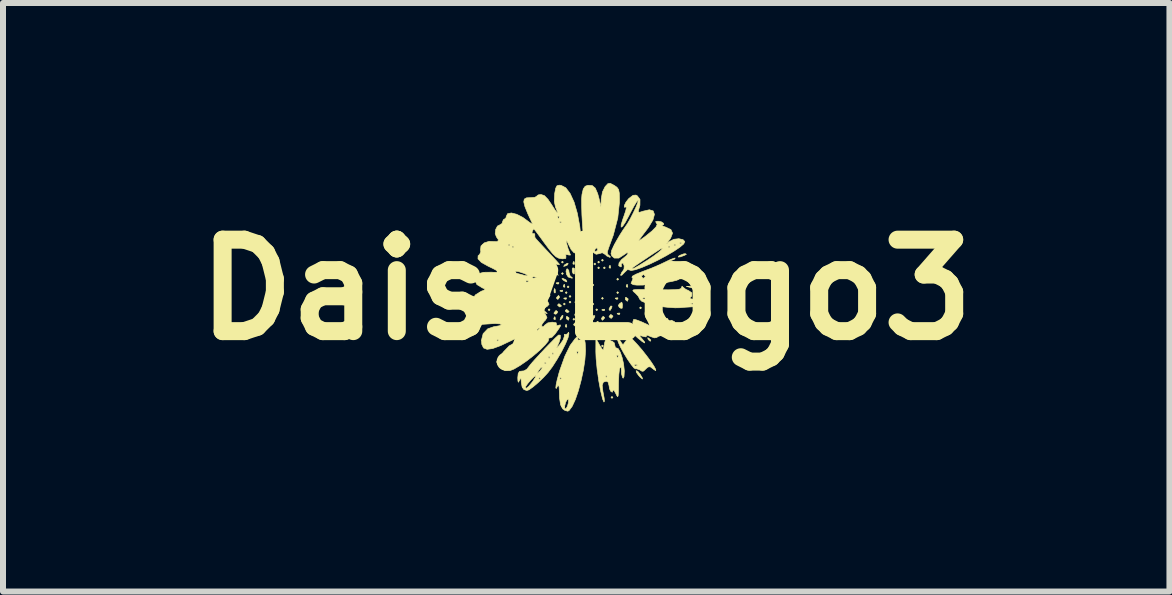
<source format=kicad_pcb>
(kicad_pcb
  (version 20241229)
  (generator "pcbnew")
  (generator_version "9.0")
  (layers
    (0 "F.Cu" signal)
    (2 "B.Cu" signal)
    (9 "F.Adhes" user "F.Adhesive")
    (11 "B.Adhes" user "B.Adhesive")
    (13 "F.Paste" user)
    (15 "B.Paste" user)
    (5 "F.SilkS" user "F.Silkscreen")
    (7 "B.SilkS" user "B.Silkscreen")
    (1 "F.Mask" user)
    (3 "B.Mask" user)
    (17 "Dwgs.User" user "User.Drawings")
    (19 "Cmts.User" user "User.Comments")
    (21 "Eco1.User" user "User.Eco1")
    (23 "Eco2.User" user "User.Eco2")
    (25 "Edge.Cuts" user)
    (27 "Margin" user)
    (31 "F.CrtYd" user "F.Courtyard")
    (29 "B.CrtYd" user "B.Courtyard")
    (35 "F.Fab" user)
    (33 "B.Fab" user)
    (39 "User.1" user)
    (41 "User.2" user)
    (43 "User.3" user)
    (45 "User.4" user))
  (footprint "DaisyLogo3"
    (layer "F.Cu")
    (at 6.72 1.779)
    (property "Reference" "DaisyLogo3" (at 0 0 0) (layer "F.SilkS") (effects (font (size 1.524 1.524) (thickness 0.3))))
    (attr through_hole)
    (fp_poly (pts (xy -0.603 0.333) (xy -0.619 0.349) (xy -0.635 0.333) (xy -0.619 0.318) (xy -0.603 0.333)) (stroke (width 0.01) (type solid)) (fill yes) (layer "F.SilkS"))
    (fp_poly (pts (xy -0.381 -0.46) (xy -0.397 -0.445) (xy -0.413 -0.46) (xy -0.397 -0.476) (xy -0.381 -0.46)) (stroke (width 0.01) (type solid)) (fill yes) (layer "F.SilkS"))
    (fp_poly (pts (xy -0.381 -0.27) (xy -0.397 -0.254) (xy -0.413 -0.27) (xy -0.397 -0.286) (xy -0.381 -0.27)) (stroke (width 0.01) (type solid)) (fill yes) (layer "F.SilkS"))
    (fp_poly (pts (xy -0.349 0.238) (xy -0.365 0.254) (xy -0.381 0.238) (xy -0.365 0.222) (xy -0.349 0.238)) (stroke (width 0.01) (type solid)) (fill yes) (layer "F.SilkS"))
    (fp_poly (pts (xy -0.318 0.048) (xy -0.333 0.064) (xy -0.349 0.048) (xy -0.333 0.032) (xy -0.318 0.048)) (stroke (width 0.01) (type solid)) (fill yes) (layer "F.SilkS"))
    (fp_poly (pts (xy -0.286 -0.048) (xy -0.302 -0.032) (xy -0.318 -0.048) (xy -0.302 -0.064) (xy -0.286 -0.048)) (stroke (width 0.01) (type solid)) (fill yes) (layer "F.SilkS"))
    (fp_poly (pts (xy -0.254 0.111) (xy -0.27 0.127) (xy -0.286 0.111) (xy -0.27 0.095) (xy -0.254 0.111)) (stroke (width 0.01) (type solid)) (fill yes) (layer "F.SilkS"))
    (fp_poly (pts (xy -0.254 0.206) (xy -0.27 0.222) (xy -0.286 0.206) (xy -0.27 0.191) (xy -0.254 0.206)) (stroke (width 0.01) (type solid)) (fill yes) (layer "F.SilkS"))
    (fp_poly (pts (xy -0.191 0.492) (xy -0.206 0.508) (xy -0.222 0.492) (xy -0.206 0.476) (xy -0.191 0.492)) (stroke (width 0.01) (type solid)) (fill yes) (layer "F.SilkS"))
    (fp_poly (pts (xy -0.159 0.206) (xy -0.175 0.222) (xy -0.191 0.206) (xy -0.175 0.191) (xy -0.159 0.206)) (stroke (width 0.01) (type solid)) (fill yes) (layer "F.SilkS"))
    (fp_poly (pts (xy -0.127 0.27) (xy -0.143 0.286) (xy -0.159 0.27) (xy -0.143 0.254) (xy -0.127 0.27)) (stroke (width 0.01) (type solid)) (fill yes) (layer "F.SilkS"))
    (fp_poly (pts (xy -0.095 -0.302) (xy -0.111 -0.286) (xy -0.127 -0.302) (xy -0.111 -0.318) (xy -0.095 -0.302)) (stroke (width 0.01) (type solid)) (fill yes) (layer "F.SilkS"))
    (fp_poly (pts (xy -0.064 -0.524) (xy -0.079 -0.508) (xy -0.095 -0.524) (xy -0.079 -0.54) (xy -0.064 -0.524)) (stroke (width 0.01) (type solid)) (fill yes) (layer "F.SilkS"))
    (fp_poly (pts (xy -0.064 0.206) (xy -0.079 0.222) (xy -0.095 0.206) (xy -0.079 0.191) (xy -0.064 0.206)) (stroke (width 0.01) (type solid)) (fill yes) (layer "F.SilkS"))
    (fp_poly (pts (xy -0.064 0.587) (xy -0.079 0.603) (xy -0.095 0.587) (xy -0.079 0.572) (xy -0.064 0.587)) (stroke (width 0.01) (type solid)) (fill yes) (layer "F.SilkS"))
    (fp_poly (pts (xy -0.032 0.651) (xy -0.048 0.667) (xy -0.064 0.651) (xy -0.048 0.635) (xy -0.032 0.651)) (stroke (width 0.01) (type solid)) (fill yes) (layer "F.SilkS"))
    (fp_poly (pts (xy 0 0.27) (xy -0.016 0.286) (xy -0.032 0.27) (xy -0.016 0.254) (xy 0 0.27)) (stroke (width 0.01) (type solid)) (fill yes) (layer "F.SilkS"))
    (fp_poly (pts (xy 0 0.46) (xy -0.016 0.476) (xy -0.032 0.46) (xy -0.016 0.445) (xy 0 0.46)) (stroke (width 0.01) (type solid)) (fill yes) (layer "F.SilkS"))
    (fp_poly (pts (xy 0.032 0.397) (xy 0.016 0.413) (xy 0 0.397) (xy 0.016 0.381) (xy 0.032 0.397)) (stroke (width 0.01) (type solid)) (fill yes) (layer "F.SilkS"))
    (fp_poly (pts (xy 0.064 -0.46) (xy 0.048 -0.445) (xy 0.032 -0.46) (xy 0.048 -0.476) (xy 0.064 -0.46)) (stroke (width 0.01) (type solid)) (fill yes) (layer "F.SilkS"))
    (fp_poly (pts (xy 0.095 -0.524) (xy 0.079 -0.508) (xy 0.064 -0.524) (xy 0.079 -0.54) (xy 0.095 -0.524)) (stroke (width 0.01) (type solid)) (fill yes) (layer "F.SilkS"))
    (fp_poly (pts (xy 0.095 0.143) (xy 0.079 0.159) (xy 0.064 0.143) (xy 0.079 0.127) (xy 0.095 0.143)) (stroke (width 0.01) (type solid)) (fill yes) (layer "F.SilkS"))
    (fp_poly (pts (xy 0.127 -0.079) (xy 0.111 -0.064) (xy 0.095 -0.079) (xy 0.111 -0.095) (xy 0.127 -0.079)) (stroke (width 0.01) (type solid)) (fill yes) (layer "F.SilkS"))
    (fp_poly (pts (xy 0.127 0.238) (xy 0.111 0.254) (xy 0.095 0.238) (xy 0.111 0.222) (xy 0.127 0.238)) (stroke (width 0.01) (type solid)) (fill yes) (layer "F.SilkS"))
    (fp_poly (pts (xy 0.159 -0.429) (xy 0.143 -0.413) (xy 0.127 -0.429) (xy 0.143 -0.445) (xy 0.159 -0.429)) (stroke (width 0.01) (type solid)) (fill yes) (layer "F.SilkS"))
    (fp_poly (pts (xy 0.191 0.333) (xy 0.175 0.349) (xy 0.159 0.333) (xy 0.175 0.318) (xy 0.191 0.333)) (stroke (width 0.01) (type solid)) (fill yes) (layer "F.SilkS"))
    (fp_poly (pts (xy 0.222 -0.46) (xy 0.206 -0.445) (xy 0.191 -0.46) (xy 0.206 -0.476) (xy 0.222 -0.46)) (stroke (width 0.01) (type solid)) (fill yes) (layer "F.SilkS"))
    (fp_poly (pts (xy 0.222 -0.365) (xy 0.206 -0.349) (xy 0.191 -0.365) (xy 0.206 -0.381) (xy 0.222 -0.365)) (stroke (width 0.01) (type solid)) (fill yes) (layer "F.SilkS"))
    (fp_poly (pts (xy 0.286 -0.492) (xy 0.27 -0.476) (xy 0.254 -0.492) (xy 0.27 -0.508) (xy 0.286 -0.492)) (stroke (width 0.01) (type solid)) (fill yes) (layer "F.SilkS"))
    (fp_poly (pts (xy 0.286 0.143) (xy 0.27 0.159) (xy 0.254 0.143) (xy 0.27 0.127) (xy 0.286 0.143)) (stroke (width 0.01) (type solid)) (fill yes) (layer "F.SilkS"))
    (fp_poly (pts (xy 0.286 0.937) (xy 0.27 0.953) (xy 0.254 0.937) (xy 0.27 0.921) (xy 0.286 0.937)) (stroke (width 0.01) (type solid)) (fill yes) (layer "F.SilkS"))
    (fp_poly (pts (xy 0.318 -0.365) (xy 0.302 -0.349) (xy 0.286 -0.365) (xy 0.302 -0.381) (xy 0.318 -0.365)) (stroke (width 0.01) (type solid)) (fill yes) (layer "F.SilkS"))
    (fp_poly (pts (xy 0.349 0.587) (xy 0.333 0.603) (xy 0.318 0.587) (xy 0.333 0.572) (xy 0.349 0.587)) (stroke (width 0.01) (type solid)) (fill yes) (layer "F.SilkS"))
    (fp_poly (pts (xy 0.445 1.794) (xy 0.429 1.81) (xy 0.413 1.794) (xy 0.429 1.778) (xy 0.445 1.794)) (stroke (width 0.01) (type solid)) (fill yes) (layer "F.SilkS"))
    (fp_poly (pts (xy 0.54 -0.175) (xy 0.524 -0.159) (xy 0.508 -0.175) (xy 0.524 -0.191) (xy 0.54 -0.175)) (stroke (width 0.01) (type solid)) (fill yes) (layer "F.SilkS"))
    (fp_poly (pts (xy 0.54 0.048) (xy 0.524 0.064) (xy 0.508 0.048) (xy 0.524 0.032) (xy 0.54 0.048)) (stroke (width 0.01) (type solid)) (fill yes) (layer "F.SilkS"))
    (fp_poly (pts (xy 0.667 0.587) (xy 0.651 0.603) (xy 0.635 0.587) (xy 0.651 0.572) (xy 0.667 0.587)) (stroke (width 0.01) (type solid)) (fill yes) (layer "F.SilkS"))
    (fp_poly (pts (xy 0.921 0.302) (xy 0.905 0.318) (xy 0.889 0.302) (xy 0.905 0.286) (xy 0.921 0.302)) (stroke (width 0.01) (type solid)) (fill yes) (layer "F.SilkS"))
    (fp_poly (pts (xy 1.365 0.492) (xy 1.349 0.508) (xy 1.333 0.492) (xy 1.349 0.476) (xy 1.365 0.492)) (stroke (width 0.01) (type solid)) (fill yes) (layer "F.SilkS"))
    (fp_poly (pts (xy 1.429 0.81) (xy 1.413 0.826) (xy 1.397 0.81) (xy 1.413 0.794) (xy 1.429 0.81)) (stroke (width 0.01) (type solid)) (fill yes) (layer "F.SilkS"))
    (fp_poly (pts (xy -0.519 0.455) (xy -0.515 0.493) (xy -0.519 0.497) (xy -0.537 0.493) (xy -0.54 0.476) (xy -0.528 0.45) (xy -0.519 0.455)) (stroke (width 0.01) (type solid)) (fill yes) (layer "F.SilkS"))
    (fp_poly (pts (xy -0.518 -0.006) (xy -0.514 0.044) (xy -0.521 0.055) (xy -0.535 0.045) (xy -0.537 0.013) (xy -0.529 -0.021) (xy -0.518 -0.006)) (stroke (width 0.01) (type solid)) (fill yes) (layer "F.SilkS"))
    (fp_poly (pts (xy -0.455 -0.116) (xy -0.459 -0.098) (xy -0.476 -0.095) (xy -0.502 -0.107) (xy -0.497 -0.116) (xy -0.46 -0.12) (xy -0.455 -0.116)) (stroke (width 0.01) (type solid)) (fill yes) (layer "F.SilkS"))
    (fp_poly (pts (xy -0.392 0.011) (xy -0.396 0.029) (xy -0.413 0.032) (xy -0.439 0.02) (xy -0.434 0.011) (xy -0.396 0.007) (xy -0.392 0.011)) (stroke (width 0.01) (type solid)) (fill yes) (layer "F.SilkS"))
    (fp_poly (pts (xy -0.36 -0.085) (xy -0.356 -0.047) (xy -0.36 -0.042) (xy -0.379 -0.047) (xy -0.381 -0.064) (xy -0.369 -0.09) (xy -0.36 -0.085)) (stroke (width 0.01) (type solid)) (fill yes) (layer "F.SilkS"))
    (fp_poly (pts (xy -0.328 0.138) (xy -0.332 0.156) (xy -0.349 0.159) (xy -0.375 0.147) (xy -0.37 0.138) (xy -0.333 0.134) (xy -0.328 0.138)) (stroke (width 0.01) (type solid)) (fill yes) (layer "F.SilkS"))
    (fp_poly (pts (xy -0.328 0.582) (xy -0.324 0.62) (xy -0.328 0.624) (xy -0.347 0.62) (xy -0.349 0.603) (xy -0.338 0.577) (xy -0.328 0.582)) (stroke (width 0.01) (type solid)) (fill yes) (layer "F.SilkS"))
    (fp_poly (pts (xy -0.201 -0.466) (xy -0.197 -0.428) (xy -0.201 -0.423) (xy -0.22 -0.428) (xy -0.222 -0.445) (xy -0.211 -0.471) (xy -0.201 -0.466)) (stroke (width 0.01) (type solid)) (fill yes) (layer "F.SilkS"))
    (fp_poly (pts (xy -0.169 0.392) (xy -0.166 0.429) (xy -0.169 0.434) (xy -0.188 0.43) (xy -0.191 0.413) (xy -0.179 0.387) (xy -0.169 0.392)) (stroke (width 0.01) (type solid)) (fill yes) (layer "F.SilkS"))
    (fp_poly (pts (xy -0.106 -0.434) (xy -0.11 -0.415) (xy -0.127 -0.413) (xy -0.153 -0.424) (xy -0.148 -0.434) (xy -0.11 -0.438) (xy -0.106 -0.434)) (stroke (width 0.01) (type solid)) (fill yes) (layer "F.SilkS"))
    (fp_poly (pts (xy -0.074 0.328) (xy -0.07 0.366) (xy -0.074 0.37) (xy -0.093 0.366) (xy -0.095 0.349) (xy -0.084 0.323) (xy -0.074 0.328)) (stroke (width 0.01) (type solid)) (fill yes) (layer "F.SilkS"))
    (fp_poly (pts (xy 0.085 0.296) (xy 0.088 0.334) (xy 0.085 0.339) (xy 0.066 0.334) (xy 0.064 0.318) (xy 0.075 0.291) (xy 0.085 0.296)) (stroke (width 0.01) (type solid)) (fill yes) (layer "F.SilkS"))
    (fp_poly (pts (xy 0.307 0.328) (xy 0.303 0.347) (xy 0.286 0.349) (xy 0.26 0.338) (xy 0.265 0.328) (xy 0.302 0.324) (xy 0.307 0.328)) (stroke (width 0.01) (type solid)) (fill yes) (layer "F.SilkS"))
    (fp_poly (pts (xy 0.402 -0.402) (xy 0.406 -0.364) (xy 0.402 -0.36) (xy 0.383 -0.364) (xy 0.381 -0.381) (xy 0.393 -0.407) (xy 0.402 -0.402)) (stroke (width 0.01) (type solid)) (fill yes) (layer "F.SilkS"))
    (fp_poly (pts (xy 0.529 0.138) (xy 0.525 0.156) (xy 0.508 0.159) (xy 0.482 0.147) (xy 0.487 0.138) (xy 0.525 0.134) (xy 0.529 0.138)) (stroke (width 0.01) (type solid)) (fill yes) (layer "F.SilkS"))
    (fp_poly (pts (xy 0.561 0.392) (xy 0.557 0.41) (xy 0.54 0.413) (xy 0.514 0.401) (xy 0.519 0.392) (xy 0.556 0.388) (xy 0.561 0.392)) (stroke (width 0.01) (type solid)) (fill yes) (layer "F.SilkS"))
    (fp_poly (pts (xy 0.688 -0.085) (xy 0.692 -0.047) (xy 0.688 -0.042) (xy 0.669 -0.047) (xy 0.667 -0.064) (xy 0.678 -0.09) (xy 0.688 -0.085)) (stroke (width 0.01) (type solid)) (fill yes) (layer "F.SilkS"))
    (fp_poly (pts (xy -0.475 0.368) (xy -0.492 0.399) (xy -0.51 0.408) (xy -0.537 0.398) (xy -0.535 0.383) (xy -0.508 0.349) (xy -0.499 0.347) (xy -0.475 0.368)) (stroke (width 0.01) (type solid)) (fill yes) (layer "F.SilkS"))
    (fp_poly (pts (xy -0.391 0.461) (xy -0.409 0.485) (xy -0.436 0.505) (xy -0.429 0.473) (xy -0.427 0.467) (xy -0.401 0.428) (xy -0.387 0.428) (xy -0.391 0.461)) (stroke (width 0.01) (type solid)) (fill yes) (layer "F.SilkS"))
    (fp_poly (pts (xy -0.34 -0.167) (xy -0.333 -0.159) (xy -0.322 -0.13) (xy -0.352 -0.141) (xy -0.381 -0.159) (xy -0.405 -0.184) (xy -0.391 -0.19) (xy -0.34 -0.167)) (stroke (width 0.01) (type solid)) (fill yes) (layer "F.SilkS"))
    (fp_poly (pts (xy -0.301 -0.438) (xy -0.31 -0.415) (xy -0.34 -0.399) (xy -0.377 -0.389) (xy -0.362 -0.413) (xy -0.358 -0.417) (xy -0.316 -0.442) (xy -0.301 -0.438)) (stroke (width 0.01) (type solid)) (fill yes) (layer "F.SilkS"))
    (fp_poly (pts (xy -0.197 -0.356) (xy -0.191 -0.319) (xy -0.198 -0.262) (xy -0.217 -0.266) (xy -0.233 -0.301) (xy -0.233 -0.352) (xy -0.221 -0.366) (xy -0.197 -0.356)) (stroke (width 0.01) (type solid)) (fill yes) (layer "F.SilkS"))
    (fp_poly (pts (xy 0.064 0.556) (xy 0.082 0.594) (xy 0.078 0.605) (xy 0.047 0.634) (xy 0.032 0.602) (xy 0.032 0.586) (xy 0.047 0.553) (xy 0.064 0.556)) (stroke (width 0.01) (type solid)) (fill yes) (layer "F.SilkS"))
    (fp_poly (pts (xy 0.145 0.434) (xy 0.139 0.459) (xy 0.113 0.503) (xy 0.097 0.496) (xy 0.095 0.478) (xy 0.118 0.435) (xy 0.127 0.429) (xy 0.145 0.434)) (stroke (width 0.01) (type solid)) (fill yes) (layer "F.SilkS"))
    (fp_poly (pts (xy 0.204 0.536) (xy 0.2 0.571) (xy 0.179 0.626) (xy 0.163 0.626) (xy 0.159 0.589) (xy 0.176 0.536) (xy 0.188 0.526) (xy 0.204 0.536)) (stroke (width 0.01) (type solid)) (fill yes) (layer "F.SilkS"))
    (fp_poly (pts (xy 0.43 0.275) (xy 0.425 0.3) (xy 0.399 0.345) (xy 0.383 0.337) (xy 0.381 0.319) (xy 0.404 0.276) (xy 0.412 0.27) (xy 0.43 0.275)) (stroke (width 0.01) (type solid)) (fill yes) (layer "F.SilkS"))
    (fp_poly (pts (xy 1.043 0.807) (xy 1.077 0.839) (xy 1.07 0.857) (xy 1.065 0.857) (xy 1.039 0.835) (xy 1.029 0.821) (xy 1.025 0.799) (xy 1.043 0.807)) (stroke (width 0.01) (type solid)) (fill yes) (layer "F.SilkS"))
    (fp_poly (pts (xy 1.47 0.531) (xy 1.476 0.54) (xy 1.488 0.568) (xy 1.458 0.558) (xy 1.429 0.54) (xy 1.404 0.514) (xy 1.419 0.508) (xy 1.47 0.531)) (stroke (width 0.01) (type solid)) (fill yes) (layer "F.SilkS"))
    (fp_poly (pts (xy -0.604 0.086) (xy -0.603 0.093) (xy -0.626 0.136) (xy -0.635 0.143) (xy -0.662 0.136) (xy -0.667 0.113) (xy -0.65 0.07) (xy -0.635 0.064) (xy -0.604 0.086)) (stroke (width 0.01) (type solid)) (fill yes) (layer "F.SilkS"))
    (fp_poly (pts (xy -0.519 -0.203) (xy -0.524 -0.191) (xy -0.566 -0.16) (xy -0.575 -0.159) (xy -0.592 -0.178) (xy -0.587 -0.191) (xy -0.545 -0.221) (xy -0.536 -0.222) (xy -0.519 -0.203)) (stroke (width 0.01) (type solid)) (fill yes) (layer "F.SilkS"))
    (fp_poly (pts (xy -0.445 0.12) (xy -0.445 0.127) (xy -0.469 0.158) (xy -0.478 0.159) (xy -0.497 0.139) (xy -0.492 0.127) (xy -0.464 0.097) (xy -0.459 0.095) (xy -0.445 0.12)) (stroke (width 0.01) (type solid)) (fill yes) (layer "F.SilkS"))
    (fp_poly (pts (xy -0.445 0.238) (xy -0.414 0.267) (xy -0.413 0.272) (xy -0.437 0.285) (xy -0.445 0.286) (xy -0.475 0.261) (xy -0.476 0.252) (xy -0.457 0.233) (xy -0.445 0.238)) (stroke (width 0.01) (type solid)) (fill yes) (layer "F.SilkS"))
    (fp_poly (pts (xy -0.318 0.333) (xy -0.287 0.362) (xy -0.286 0.367) (xy -0.31 0.381) (xy -0.318 0.381) (xy -0.348 0.357) (xy -0.349 0.347) (xy -0.33 0.328) (xy -0.318 0.333)) (stroke (width 0.01) (type solid)) (fill yes) (layer "F.SilkS"))
    (fp_poly (pts (xy -0.287 0.468) (xy -0.286 0.476) (xy -0.297 0.507) (xy -0.3 0.508) (xy -0.327 0.486) (xy -0.333 0.476) (xy -0.331 0.447) (xy -0.319 0.445) (xy -0.287 0.468)) (stroke (width 0.01) (type solid)) (fill yes) (layer "F.SilkS"))
    (fp_poly (pts (xy -0.159 0.564) (xy -0.159 0.572) (xy -0.183 0.602) (xy -0.192 0.603) (xy -0.211 0.584) (xy -0.206 0.572) (xy -0.178 0.541) (xy -0.173 0.54) (xy -0.159 0.564)) (stroke (width 0.01) (type solid)) (fill yes) (layer "F.SilkS"))
    (fp_poly (pts (xy -0.064 0.469) (xy -0.064 0.476) (xy -0.088 0.507) (xy -0.097 0.508) (xy -0.116 0.489) (xy -0.111 0.476) (xy -0.083 0.446) (xy -0.078 0.445) (xy -0.064 0.469)) (stroke (width 0.01) (type solid)) (fill yes) (layer "F.SilkS"))
    (fp_poly (pts (xy 0.307 0.464) (xy 0.302 0.476) (xy 0.273 0.507) (xy 0.268 0.508) (xy 0.254 0.483) (xy 0.254 0.476) (xy 0.278 0.446) (xy 0.288 0.445) (xy 0.307 0.464)) (stroke (width 0.01) (type solid)) (fill yes) (layer "F.SilkS"))
    (fp_poly (pts (xy 0.444 0.437) (xy 0.445 0.445) (xy 0.42 0.475) (xy 0.413 0.476) (xy 0.382 0.452) (xy 0.381 0.445) (xy 0.405 0.414) (xy 0.413 0.413) (xy 0.444 0.437)) (stroke (width 0.01) (type solid)) (fill yes) (layer "F.SilkS"))
    (fp_poly (pts (xy 0.603 0.24) (xy 0.603 0.253) (xy 0.6 0.307) (xy 0.579 0.31) (xy 0.551 0.293) (xy 0.534 0.261) (xy 0.559 0.229) (xy 0.593 0.207) (xy 0.603 0.24)) (stroke (width 0.01) (type solid)) (fill yes) (layer "F.SilkS"))
    (fp_poly (pts (xy 0.697 0.15) (xy 0.699 0.159) (xy 0.688 0.19) (xy 0.684 0.191) (xy 0.657 0.168) (xy 0.651 0.159) (xy 0.653 0.129) (xy 0.665 0.127) (xy 0.697 0.15)) (stroke (width 0.01) (type solid)) (fill yes) (layer "F.SilkS"))
    (fp_poly (pts (xy 1.67 -0.591) (xy 1.635 -0.572) (xy 1.568 -0.548) (xy 1.533 -0.545) (xy 1.543 -0.562) (xy 1.556 -0.572) (xy 1.624 -0.598) (xy 1.651 -0.601) (xy 1.67 -0.591)) (stroke (width 0.01) (type solid)) (fill yes) (layer "F.SilkS"))
    (fp_poly (pts (xy 0.859 1.359) (xy 0.9 1.41) (xy 0.901 1.412) (xy 0.938 1.475) (xy 0.935 1.488) (xy 0.894 1.452) (xy 0.873 1.429) (xy 0.836 1.377) (xy 0.832 1.348) (xy 0.859 1.359)) (stroke (width 0.01) (type solid)) (fill yes) (layer "F.SilkS"))
    (fp_poly (pts (xy 1.822 -0.052) (xy 1.857 -0.032) (xy 1.869 -0.004) (xy 1.867 -0.004) (xy 1.833 -0.013) (xy 1.764 -0.031) (xy 1.762 -0.032) (xy 1.667 -0.056) (xy 1.752 -0.06) (xy 1.822 -0.052)) (stroke (width 0.01) (type solid)) (fill yes) (layer "F.SilkS"))
    (fp_poly (pts (xy 1.016 0.338) (xy 1.123 0.369) (xy 1.203 0.401) (xy 1.238 0.425) (xy 1.238 0.428) (xy 1.225 0.441) (xy 1.179 0.43) (xy 1.089 0.391) (xy 1.064 0.379) (xy 1.005 0.347) (xy 0.996 0.335) (xy 1.016 0.338)) (stroke (width 0.01) (type solid)) (fill yes) (layer "F.SilkS"))
    (fp_poly (pts (xy -0.291 -0.323) (xy -0.286 -0.288) (xy -0.268 -0.23) (xy -0.246 -0.212) (xy -0.228 -0.196) (xy -0.238 -0.193) (xy -0.292 -0.209) (xy -0.302 -0.215) (xy -0.329 -0.257) (xy -0.337 -0.312) (xy -0.323 -0.347) (xy -0.314 -0.349) (xy -0.291 -0.323)) (stroke (width 0.01) (type solid)) (fill yes) (layer "F.SilkS"))
    (fp_poly (pts (xy 0.83 0.5) (xy 0.911 0.53) (xy 1.019 0.579) (xy 1.084 0.611) (xy 1.206 0.674) (xy 1.275 0.716) (xy 1.3 0.741) (xy 1.285 0.754) (xy 1.27 0.757) (xy 1.203 0.776) (xy 1.174 0.796) (xy 1.137 0.802) (xy 1.072 0.78) (xy 1.069 0.778) (xy 1.016 0.757) (xy 1.001 0.764) (xy 1.003 0.767) (xy 0.998 0.787) (xy 0.949 0.777) (xy 0.897 0.763) (xy 0.895 0.776) (xy 0.934 0.821) (xy 0.975 0.873) (xy 0.973 0.887) (xy 0.935 0.865) (xy 0.865 0.809) (xy 0.825 0.773) (xy 0.757 0.707) (xy 0.719 0.657) (xy 0.715 0.639) (xy 0.746 0.645) (xy 0.766 0.668) (xy 0.786 0.685) (xy 0.787 0.648) (xy 0.782 0.612) (xy 0.777 0.538) (xy 0.79 0.495) (xy 0.791 0.494) (xy 0.83 0.5)) (stroke (width 0.01) (type solid)) (fill yes) (layer "F.SilkS"))
    (fp_poly (pts (xy 0.691 0.749) (xy 0.751 0.805) (xy 0.846 0.906) (xy 0.932 1.005) (xy 1.011 1.106) (xy 1.079 1.198) (xy 1.13 1.275) (xy 1.158 1.328) (xy 1.159 1.349) (xy 1.126 1.329) (xy 1.118 1.322) (xy 1.066 1.283) (xy 1.029 1.288) (xy 0.999 1.314) (xy 0.957 1.355) (xy 0.931 1.359) (xy 0.891 1.335) (xy 0.84 1.317) (xy 0.823 1.319) (xy 0.795 1.303) (xy 0.751 1.249) (xy 0.804 1.249) (xy 0.809 1.268) (xy 0.826 1.27) (xy 0.852 1.258) (xy 0.847 1.249) (xy 0.809 1.245) (xy 0.804 1.249) (xy 0.751 1.249) (xy 0.747 1.244) (xy 0.688 1.158) (xy 0.627 1.058) (xy 0.573 0.96) (xy 0.535 0.877) (xy 0.524 0.841) (xy 0.505 0.746) (xy 0.556 0.836) (xy 0.593 0.894) (xy 0.614 0.916) (xy 0.615 0.916) (xy 0.637 0.885) (xy 0.668 0.843) (xy 0.691 0.804) (xy 0.681 0.801) (xy 0.656 0.792) (xy 0.649 0.755) (xy 0.658 0.733) (xy 0.691 0.749)) (stroke (width 0.01) (type solid)) (fill yes) (layer "F.SilkS"))
    (fp_poly (pts (xy 1.612 -0.044) (xy 1.659 -0.007) (xy 1.706 0.014) (xy 1.761 0.052) (xy 1.759 0.104) (xy 1.73 0.134) (xy 1.735 0.15) (xy 1.789 0.158) (xy 1.8 0.158) (xy 1.875 0.167) (xy 1.918 0.186) (xy 1.919 0.187) (xy 1.911 0.212) (xy 1.897 0.214) (xy 1.833 0.216) (xy 1.794 0.219) (xy 1.73 0.227) (xy 1.794 0.254) (xy 1.826 0.272) (xy 1.806 0.282) (xy 1.746 0.286) (xy 1.644 0.292) (xy 1.556 0.3) (xy 1.481 0.301) (xy 1.371 0.294) (xy 1.286 0.285) (xy 1.133 0.259) (xy 1.008 0.226) (xy 0.923 0.19) (xy 0.889 0.154) (xy 0.889 0.151) (xy 0.889 0.151) (xy 0.935 0.151) (xy 0.966 0.156) (xy 1.007 0.15) (xy 1.007 0.14) (xy 0.965 0.132) (xy 0.947 0.137) (xy 0.935 0.151) (xy 0.889 0.151) (xy 0.867 0.108) (xy 0.821 0.059) (xy 0.79 0.032) (xy 0.776 0.014) (xy 0.786 0.002) (xy 0.828 -0.004) (xy 0.912 -0.005) (xy 1.043 -0.004) (xy 1.199 -0.001) (xy 1.367 0.001) (xy 1.482 -0.002) (xy 1.551 -0.009) (xy 1.583 -0.023) (xy 1.588 -0.036) (xy 1.597 -0.06) (xy 1.612 -0.044)) (stroke (width 0.01) (type solid)) (fill yes) (layer "F.SilkS"))
    (fp_poly (pts (xy 0.462 -1.742) (xy 0.466 -1.74) (xy 0.512 -1.708) (xy 0.539 -1.671) (xy 0.551 -1.612) (xy 0.554 -1.514) (xy 0.553 -1.454) (xy 0.526 -1.197) (xy 0.451 -0.909) (xy 0.376 -0.705) (xy 0.352 -0.631) (xy 0.357 -0.591) (xy 0.381 -0.571) (xy 0.405 -0.546) (xy 0.393 -0.54) (xy 0.344 -0.562) (xy 0.318 -0.587) (xy 0.267 -0.617) (xy 0.22 -0.602) (xy 0.166 -0.591) (xy 0.108 -0.627) (xy 0.092 -0.643) (xy 0.066 -0.667) (xy 0.143 -0.667) (xy 0.145 -0.637) (xy 0.157 -0.635) (xy 0.189 -0.658) (xy 0.191 -0.667) (xy 0.18 -0.698) (xy 0.176 -0.699) (xy 0.149 -0.676) (xy 0.143 -0.667) (xy 0.066 -0.667) (xy 0.051 -0.68) (xy 0.043 -0.679) (xy 0.045 -0.675) (xy 0.045 -0.641) (xy 0.015 -0.637) (xy -0.012 -0.66) (xy -0.025 -0.711) (xy -0.039 -0.81) (xy -0.052 -0.942) (xy -0.063 -1.093) (xy -0.072 -1.248) (xy -0.076 -1.392) (xy -0.077 -1.51) (xy -0.071 -1.586) (xy -0.071 -1.587) (xy -0.049 -1.68) (xy -0.017 -1.725) (xy 0.028 -1.741) (xy 0.1 -1.737) (xy 0.151 -1.694) (xy 0.191 -1.602) (xy 0.211 -1.53) (xy 0.246 -1.381) (xy 0.25 -1.513) (xy 0.271 -1.631) (xy 0.315 -1.719) (xy 0.361 -1.768) (xy 0.4 -1.774) (xy 0.462 -1.742)) (stroke (width 0.01) (type solid)) (fill yes) (layer "F.SilkS"))
    (fp_poly (pts (xy -0.137 0.781) (xy -0.139 0.784) (xy -0.14 0.829) (xy -0.129 0.84) (xy -0.092 0.832) (xy -0.068 0.804) (xy -0.048 0.781) (xy -0.032 0.807) (xy -0.017 0.888) (xy -0.017 0.89) (xy -0.011 1.016) (xy -0.022 1.17) (xy -0.048 1.341) (xy -0.086 1.516) (xy -0.131 1.683) (xy -0.181 1.829) (xy -0.234 1.943) (xy -0.284 2.011) (xy -0.306 2.024) (xy -0.354 2.012) (xy -0.393 1.984) (xy -0.415 1.942) (xy -0.36 1.942) (xy -0.356 1.982) (xy -0.336 1.981) (xy -0.313 1.941) (xy -0.297 1.884) (xy -0.295 1.834) (xy -0.297 1.828) (xy -0.316 1.828) (xy -0.342 1.873) (xy -0.36 1.942) (xy -0.415 1.942) (xy -0.428 1.917) (xy -0.445 1.801) (xy -0.447 1.736) (xy -0.451 1.632) (xy -0.46 1.588) (xy -0.475 1.6) (xy -0.476 1.603) (xy -0.499 1.646) (xy -0.507 1.637) (xy -0.502 1.585) (xy -0.484 1.5) (xy -0.477 1.476) (xy -0.445 1.476) (xy -0.429 1.492) (xy -0.413 1.476) (xy -0.429 1.46) (xy -0.445 1.476) (xy -0.477 1.476) (xy -0.455 1.391) (xy -0.441 1.345) (xy -0.356 1.107) (xy -0.327 1.048) (xy -0.159 1.048) (xy -0.147 1.074) (xy -0.138 1.069) (xy -0.134 1.031) (xy -0.138 1.027) (xy -0.156 1.031) (xy -0.159 1.048) (xy -0.327 1.048) (xy -0.267 0.926) (xy -0.183 0.813) (xy -0.144 0.778) (xy -0.137 0.781)) (stroke (width 0.01) (type solid)) (fill yes) (layer "F.SilkS"))
    (fp_poly (pts (xy 0.372 0.818) (xy 0.412 0.854) (xy 0.431 0.857) (xy 0.467 0.884) (xy 0.476 0.923) (xy 0.487 0.967) (xy 0.505 0.97) (xy 0.535 0.983) (xy 0.568 1.042) (xy 0.599 1.132) (xy 0.623 1.237) (xy 0.634 1.341) (xy 0.635 1.358) (xy 0.63 1.447) (xy 0.616 1.474) (xy 0.606 1.464) (xy 0.587 1.398) (xy 0.586 1.346) (xy 0.583 1.296) (xy 0.567 1.289) (xy 0.554 1.326) (xy 0.544 1.411) (xy 0.539 1.527) (xy 0.538 1.566) (xy 0.537 1.691) (xy 0.533 1.761) (xy 0.525 1.783) (xy 0.51 1.765) (xy 0.493 1.73) (xy 0.464 1.678) (xy 0.448 1.672) (xy 0.447 1.677) (xy 0.434 1.708) (xy 0.41 1.694) (xy 0.388 1.651) (xy 0.381 1.602) (xy 0.365 1.54) (xy 0.335 1.524) (xy 0.285 1.54) (xy 0.266 1.593) (xy 0.278 1.694) (xy 0.283 1.72) (xy 0.299 1.806) (xy 0.303 1.859) (xy 0.295 1.871) (xy 0.277 1.83) (xy 0.273 1.82) (xy 0.24 1.686) (xy 0.208 1.513) (xy 0.199 1.445) (xy 0.318 1.445) (xy 0.333 1.46) (xy 0.349 1.445) (xy 0.333 1.429) (xy 0.318 1.445) (xy 0.199 1.445) (xy 0.182 1.326) (xy 0.165 1.152) (xy 0.163 1.111) (xy 0.508 1.111) (xy 0.52 1.137) (xy 0.529 1.132) (xy 0.533 1.095) (xy 0.529 1.09) (xy 0.51 1.094) (xy 0.508 1.111) (xy 0.163 1.111) (xy 0.16 1.032) (xy 0.161 0.81) (xy 0.222 0.921) (xy 0.26 0.982) (xy 0.284 1.005) (xy 0.287 1) (xy 0.306 0.886) (xy 0.329 0.814) (xy 0.353 0.792) (xy 0.372 0.818)) (stroke (width 0.01) (type solid)) (fill yes) (layer "F.SilkS"))
    (fp_poly (pts (xy 1.469 -0.509) (xy 1.431 -0.493) (xy 1.372 -0.467) (xy 1.372 -0.447) (xy 1.424 -0.436) (xy 1.525 -0.436) (xy 1.548 -0.437) (xy 1.681 -0.438) (xy 1.768 -0.417) (xy 1.794 -0.401) (xy 1.828 -0.371) (xy 1.823 -0.353) (xy 1.769 -0.339) (xy 1.714 -0.329) (xy 1.631 -0.314) (xy 1.604 -0.303) (xy 1.629 -0.293) (xy 1.667 -0.284) (xy 1.721 -0.271) (xy 1.727 -0.261) (xy 1.678 -0.248) (xy 1.62 -0.238) (xy 1.54 -0.22) (xy 1.517 -0.205) (xy 1.541 -0.19) (xy 1.548 -0.175) (xy 1.505 -0.157) (xy 1.422 -0.137) (xy 1.312 -0.118) (xy 1.187 -0.1) (xy 1.06 -0.086) (xy 0.942 -0.078) (xy 0.846 -0.077) (xy 0.784 -0.084) (xy 0.746 -0.107) (xy 0.762 -0.143) (xy 0.78 -0.186) (xy 0.761 -0.207) (xy 0.769 -0.222) (xy 0.921 -0.222) (xy 0.945 -0.191) (xy 0.953 -0.191) (xy 0.983 -0.215) (xy 0.984 -0.222) (xy 0.96 -0.253) (xy 0.953 -0.254) (xy 0.922 -0.23) (xy 0.921 -0.222) (xy 0.769 -0.222) (xy 0.771 -0.227) (xy 0.829 -0.259) (xy 0.924 -0.298) (xy 0.942 -0.305) (xy 1.08 -0.357) (xy 1.112 -0.37) (xy 1.439 -0.37) (xy 1.444 -0.352) (xy 1.46 -0.349) (xy 1.487 -0.361) (xy 1.484 -0.365) (xy 1.524 -0.365) (xy 1.54 -0.349) (xy 1.556 -0.365) (xy 1.54 -0.381) (xy 1.524 -0.365) (xy 1.484 -0.365) (xy 1.482 -0.37) (xy 1.444 -0.374) (xy 1.439 -0.37) (xy 1.112 -0.37) (xy 1.187 -0.402) (xy 1.63 -0.402) (xy 1.634 -0.383) (xy 1.651 -0.381) (xy 1.677 -0.393) (xy 1.672 -0.402) (xy 1.634 -0.406) (xy 1.63 -0.402) (xy 1.187 -0.402) (xy 1.219 -0.416) (xy 1.314 -0.461) (xy 1.402 -0.503) (xy 1.464 -0.526) (xy 1.483 -0.528) (xy 1.469 -0.509)) (stroke (width 0.01) (type solid)) (fill yes) (layer "F.SilkS"))
    (fp_poly (pts (xy -0.288 0.734) (xy -0.303 0.8) (xy -0.346 0.903) (xy -0.409 1.027) (xy -0.485 1.159) (xy -0.564 1.283) (xy -0.637 1.38) (xy -0.714 1.464) (xy -0.802 1.548) (xy -0.887 1.62) (xy -0.955 1.668) (xy -0.991 1.68) (xy -1.024 1.668) (xy -1.04 1.662) (xy -1.063 1.629) (xy -1.016 1.629) (xy -1 1.643) (xy -0.958 1.61) (xy -0.897 1.535) (xy -0.888 1.523) (xy -0.858 1.476) (xy -0.794 1.476) (xy -0.778 1.492) (xy -0.762 1.476) (xy -0.778 1.46) (xy -0.794 1.476) (xy -0.858 1.476) (xy -0.849 1.462) (xy -0.836 1.43) (xy -0.838 1.429) (xy -0.871 1.451) (xy -0.923 1.503) (xy -0.976 1.565) (xy -1.011 1.615) (xy -1.016 1.629) (xy -1.063 1.629) (xy -1.068 1.622) (xy -1.082 1.548) (xy -1.082 1.545) (xy -1.086 1.483) (xy -1.096 1.478) (xy -1.111 1.508) (xy -1.13 1.542) (xy -1.138 1.522) (xy -1.141 1.468) (xy -1.134 1.397) (xy -1.13 1.391) (xy -0.818 1.391) (xy -0.807 1.388) (xy -0.775 1.358) (xy -0.738 1.312) (xy -0.733 1.288) (xy -0.758 1.3) (xy -0.791 1.343) (xy -0.818 1.391) (xy -1.13 1.391) (xy -1.113 1.361) (xy -1.111 1.36) (xy -1.05 1.353) (xy -1.04 1.353) (xy -0.991 1.325) (xy -0.968 1.297) (xy -0.933 1.251) (xy -0.908 1.222) (xy -0.699 1.222) (xy -0.683 1.238) (xy -0.667 1.222) (xy -0.683 1.206) (xy -0.699 1.222) (xy -0.908 1.222) (xy -0.866 1.174) (xy -0.823 1.127) (xy -0.635 1.127) (xy -0.619 1.143) (xy -0.603 1.127) (xy -0.619 1.111) (xy -0.635 1.127) (xy -0.823 1.127) (xy -0.779 1.079) (xy -0.765 1.064) (xy -0.572 1.064) (xy -0.556 1.079) (xy -0.54 1.064) (xy -0.556 1.048) (xy -0.572 1.064) (xy -0.765 1.064) (xy -0.684 0.977) (xy -0.592 0.882) (xy -0.516 0.805) (xy -0.466 0.759) (xy -0.458 0.754) (xy -0.432 0.757) (xy -0.431 0.804) (xy -0.453 0.877) (xy -0.473 0.921) (xy -0.494 0.965) (xy -0.485 0.964) (xy -0.441 0.915) (xy -0.432 0.905) (xy -0.384 0.834) (xy -0.365 0.778) (xy -0.366 0.768) (xy -0.363 0.741) (xy -0.352 0.745) (xy -0.316 0.738) (xy -0.307 0.723) (xy -0.293 0.708) (xy -0.288 0.734)) (stroke (width 0.01) (type solid)) (fill yes) (layer "F.SilkS"))
    (fp_poly (pts (xy 0.851 -1.566) (xy 0.896 -1.506) (xy 0.895 -1.408) (xy 0.877 -1.344) (xy 0.866 -1.298) (xy 0.888 -1.29) (xy 0.946 -1.309) (xy 1.052 -1.333) (xy 1.116 -1.314) (xy 1.137 -1.256) (xy 1.112 -1.164) (xy 1.041 -1.045) (xy 1.028 -1.026) (xy 0.959 -0.936) (xy 0.903 -0.861) (xy 0.877 -0.826) (xy 0.88 -0.818) (xy 0.922 -0.844) (xy 0.984 -0.889) (xy 1.098 -0.981) (xy 1.163 -1.047) (xy 1.183 -1.09) (xy 1.164 -1.119) (xy 1.158 -1.137) (xy 1.197 -1.143) (xy 1.252 -1.132) (xy 1.288 -1.108) (xy 1.29 -1.085) (xy 1.264 -1.077) (xy 1.261 -1.068) (xy 1.309 -1.049) (xy 1.322 -1.045) (xy 1.411 -1.003) (xy 1.439 -0.943) (xy 1.408 -0.863) (xy 1.389 -0.835) (xy 1.345 -0.778) (xy 1.34 -0.765) (xy 1.356 -0.778) (xy 1.556 -0.778) (xy 1.572 -0.762) (xy 1.587 -0.778) (xy 1.572 -0.794) (xy 1.556 -0.778) (xy 1.356 -0.778) (xy 1.373 -0.792) (xy 1.388 -0.804) (xy 1.46 -0.841) (xy 1.543 -0.851) (xy 1.613 -0.835) (xy 1.643 -0.803) (xy 1.625 -0.764) (xy 1.559 -0.708) (xy 1.458 -0.64) (xy 1.333 -0.567) (xy 1.195 -0.493) (xy 1.056 -0.426) (xy 0.927 -0.371) (xy 0.821 -0.334) (xy 0.748 -0.32) (xy 0.722 -0.329) (xy 0.688 -0.336) (xy 0.635 -0.286) (xy 0.593 -0.242) (xy 0.573 -0.241) (xy 0.572 -0.244) (xy 0.595 -0.295) (xy 0.603 -0.302) (xy 0.629 -0.343) (xy 0.63 -0.352) (xy 0.761 -0.352) (xy 0.771 -0.349) (xy 0.775 -0.349) (xy 0.811 -0.365) (xy 0.885 -0.408) (xy 0.984 -0.47) (xy 1.015 -0.489) (xy 1.119 -0.559) (xy 1.202 -0.621) (xy 1.251 -0.663) (xy 1.255 -0.669) (xy 1.267 -0.688) (xy 1.266 -0.695) (xy 1.246 -0.685) (xy 1.197 -0.654) (xy 1.11 -0.597) (xy 1 -0.523) (xy 0.882 -0.444) (xy 0.808 -0.393) (xy 0.771 -0.365) (xy 0.761 -0.352) (xy 0.63 -0.352) (xy 0.633 -0.399) (xy 0.615 -0.44) (xy 0.601 -0.445) (xy 0.582 -0.425) (xy 0.587 -0.413) (xy 0.585 -0.383) (xy 0.573 -0.381) (xy 0.541 -0.401) (xy 0.547 -0.447) (xy 0.587 -0.501) (xy 0.619 -0.527) (xy 0.676 -0.574) (xy 0.699 -0.612) (xy 0.679 -0.618) (xy 0.633 -0.586) (xy 0.544 -0.528) (xy 0.468 -0.528) (xy 0.427 -0.563) (xy 0.413 -0.601) (xy 0.424 -0.657) (xy 0.451 -0.714) (xy 1.365 -0.714) (xy 1.381 -0.699) (xy 1.397 -0.714) (xy 1.381 -0.73) (xy 1.365 -0.714) (xy 0.451 -0.714) (xy 0.465 -0.743) (xy 0.466 -0.746) (xy 1.46 -0.746) (xy 1.476 -0.73) (xy 1.492 -0.746) (xy 1.476 -0.762) (xy 1.46 -0.746) (xy 0.466 -0.746) (xy 0.499 -0.807) (xy 0.56 -0.912) (xy 0.615 -0.998) (xy 0.65 -1.048) (xy 0.687 -1.102) (xy 0.735 -1.185) (xy 0.784 -1.281) (xy 0.828 -1.374) (xy 0.858 -1.449) (xy 0.868 -1.489) (xy 0.865 -1.492) (xy 0.84 -1.466) (xy 0.796 -1.395) (xy 0.741 -1.293) (xy 0.717 -1.246) (xy 0.652 -1.125) (xy 0.606 -1.057) (xy 0.582 -1.043) (xy 0.582 -1.084) (xy 0.611 -1.179) (xy 0.631 -1.234) (xy 0.659 -1.319) (xy 0.67 -1.371) (xy 0.664 -1.379) (xy 0.635 -1.375) (xy 0.636 -1.406) (xy 0.661 -1.458) (xy 0.705 -1.515) (xy 0.716 -1.525) (xy 0.78 -1.574) (xy 0.828 -1.578) (xy 0.851 -1.566)) (stroke (width 0.01) (type solid)) (fill yes) (layer "F.SilkS"))
    (fp_poly (pts (xy -0.419 -1.74) (xy -0.341 -1.7) (xy -0.268 -1.604) (xy -0.202 -1.46) (xy -0.148 -1.274) (xy -0.107 -1.054) (xy -0.082 -0.818) (xy -0.076 -0.704) (xy -0.078 -0.64) (xy -0.094 -0.611) (xy -0.126 -0.604) (xy -0.147 -0.603) (xy -0.204 -0.617) (xy -0.234 -0.651) (xy -0.159 -0.651) (xy -0.143 -0.635) (xy -0.127 -0.651) (xy -0.143 -0.667) (xy -0.159 -0.651) (xy -0.234 -0.651) (xy -0.251 -0.669) (xy -0.286 -0.738) (xy -0.321 -0.811) (xy -0.334 -0.827) (xy -0.331 -0.79) (xy -0.328 -0.778) (xy -0.303 -0.687) (xy -0.278 -0.622) (xy -0.262 -0.579) (xy -0.289 -0.578) (xy -0.301 -0.583) (xy -0.341 -0.588) (xy -0.338 -0.556) (xy -0.34 -0.522) (xy -0.39 -0.515) (xy -0.406 -0.516) (xy -0.456 -0.525) (xy -0.504 -0.55) (xy -0.557 -0.6) (xy -0.625 -0.684) (xy -0.719 -0.81) (xy -0.735 -0.833) (xy -0.801 -0.923) (xy -0.85 -0.988) (xy -0.874 -1.016) (xy -0.874 -1.016) (xy -0.891 -0.991) (xy -0.901 -0.967) (xy -0.903 -0.934) (xy -0.889 -0.937) (xy -0.86 -0.934) (xy -0.857 -0.923) (xy -0.856 -0.878) (xy -0.856 -0.874) (xy -0.835 -0.846) (xy -0.779 -0.784) (xy -0.699 -0.698) (xy -0.65 -0.646) (xy -0.561 -0.552) (xy -0.491 -0.476) (xy -0.451 -0.43) (xy -0.445 -0.421) (xy -0.47 -0.419) (xy -0.516 -0.429) (xy -0.557 -0.435) (xy -0.552 -0.423) (xy -0.516 -0.374) (xy -0.492 -0.318) (xy -0.468 -0.238) (xy -0.534 -0.318) (xy -0.58 -0.366) (xy -0.599 -0.367) (xy -0.602 -0.339) (xy -0.618 -0.3) (xy -0.643 -0.304) (xy -0.666 -0.313) (xy -0.645 -0.286) (xy -0.63 -0.234) (xy -0.672 -0.182) (xy -0.731 -0.15) (xy -0.74 -0.137) (xy -0.693 -0.13) (xy -0.689 -0.13) (xy -0.631 -0.119) (xy -0.618 -0.097) (xy -0.66 -0.079) (xy -0.684 -0.084) (xy -0.724 -0.082) (xy -0.73 -0.067) (xy -0.705 -0.035) (xy -0.686 -0.032) (xy -0.658 -0.021) (xy -0.666 0.022) (xy -0.678 0.047) (xy -0.717 0.106) (xy -0.752 0.127) (xy -0.803 0.151) (xy -0.81 0.16) (xy -0.804 0.18) (xy -0.754 0.174) (xy -0.672 0.177) (xy -0.639 0.202) (xy -0.619 0.243) (xy -0.651 0.277) (xy -0.667 0.286) (xy -0.714 0.316) (xy -0.707 0.344) (xy -0.677 0.37) (xy -0.65 0.397) (xy -0.667 0.393) (xy -0.697 0.382) (xy -0.682 0.409) (xy -0.675 0.418) (xy -0.654 0.463) (xy -0.681 0.508) (xy -0.698 0.523) (xy -0.738 0.576) (xy -0.741 0.612) (xy -0.713 0.616) (xy -0.693 0.591) (xy -0.64 0.552) (xy -0.568 0.54) (xy -0.502 0.549) (xy -0.495 0.576) (xy -0.495 0.577) (xy -0.497 0.601) (xy -0.464 0.593) (xy -0.432 0.585) (xy -0.429 0.603) (xy -0.46 0.654) (xy -0.519 0.737) (xy -0.569 0.79) (xy -0.61 0.805) (xy -0.613 0.803) (xy -0.63 0.804) (xy -0.625 0.817) (xy -0.634 0.857) (xy -0.687 0.922) (xy -0.77 1.004) (xy -0.874 1.094) (xy -0.988 1.183) (xy -1.101 1.261) (xy -1.201 1.32) (xy -1.273 1.349) (xy -1.36 1.344) (xy -1.421 1.302) (xy -1.464 1.254) (xy -1.429 1.254) (xy -1.413 1.27) (xy -1.397 1.254) (xy -1.413 1.238) (xy -1.429 1.254) (xy -1.464 1.254) (xy -1.472 1.245) (xy -1.492 1.203) (xy -1.473 1.163) (xy -1.47 1.159) (xy -1.429 1.159) (xy -1.413 1.175) (xy -1.397 1.159) (xy -1.413 1.143) (xy -1.429 1.159) (xy -1.47 1.159) (xy -1.424 1.092) (xy -1.373 1.028) (xy -1.283 0.935) (xy -1.216 0.899) (xy -1.199 0.9) (xy -1.16 0.901) (xy -1.159 0.888) (xy -1.153 0.851) (xy -1.09 0.82) (xy -1.049 0.81) (xy -0.998 0.791) (xy -0.929 0.754) (xy -0.858 0.71) (xy -0.801 0.669) (xy -0.774 0.641) (xy -0.78 0.635) (xy -0.825 0.653) (xy -0.895 0.696) (xy -0.919 0.713) (xy -0.991 0.759) (xy -1.042 0.777) (xy -1.051 0.776) (xy -1.091 0.78) (xy -1.168 0.809) (xy -1.243 0.844) (xy -1.424 0.93) (xy -1.559 0.98) (xy -1.652 0.993) (xy -1.711 0.97) (xy -1.74 0.911) (xy -1.746 0.842) (xy -1.746 0.841) (xy -1.492 0.841) (xy -1.476 0.857) (xy -1.46 0.841) (xy -1.476 0.826) (xy -1.492 0.841) (xy -1.746 0.841) (xy -1.718 0.732) (xy -1.641 0.651) (xy -1.541 0.616) (xy -1.446 0.6) (xy -1.412 0.583) (xy -1.436 0.569) (xy -1.514 0.563) (xy -1.569 0.566) (xy -1.773 0.579) (xy -1.839 0.434) (xy -1.892 0.285) (xy -1.896 0.171) (xy -1.849 0.087) (xy -1.786 0.048) (xy -0.762 0.048) (xy -0.746 0.064) (xy -0.73 0.048) (xy -0.746 0.032) (xy -0.762 0.048) (xy -1.786 0.048) (xy -1.75 0.025) (xy -1.73 0.018) (xy -1.685 -0.002) (xy -1.699 -0.018) (xy -1.731 -0.031) (xy -1.822 -0.087) (xy -1.852 -0.148) (xy -1.005 -0.148) (xy -1.001 -0.129) (xy -0.984 -0.127) (xy -0.958 -0.139) (xy -0.963 -0.148) (xy -1.001 -0.152) (xy -1.005 -0.148) (xy -1.852 -0.148) (xy -1.857 -0.158) (xy -1.848 -0.198) (xy -0.907 -0.198) (xy -0.876 -0.193) (xy -0.835 -0.199) (xy -0.834 -0.21) (xy -0.877 -0.217) (xy -0.895 -0.212) (xy -0.907 -0.198) (xy -1.848 -0.198) (xy -1.843 -0.22) (xy -1.795 -0.268) (xy -1.711 -0.291) (xy -1.579 -0.293) (xy -1.548 -0.291) (xy -1.484 -0.291) (xy -1.46 -0.299) (xy -1.471 -0.307) (xy -1.237 -0.307) (xy -1.207 -0.29) (xy -1.143 -0.27) (xy -1.031 -0.24) (xy -0.973 -0.23) (xy -0.972 -0.24) (xy -1.029 -0.27) (xy -1.032 -0.271) (xy -1.125 -0.302) (xy -1.206 -0.313) (xy -1.237 -0.307) (xy -1.471 -0.307) (xy -1.487 -0.318) (xy -1.556 -0.355) (xy -1.635 -0.393) (xy -1.748 -0.456) (xy -1.804 -0.515) (xy -1.802 -0.566) (xy -1.777 -0.588) (xy -1.757 -0.631) (xy -1.762 -0.667) (xy -1.756 -0.714) (xy -1.238 -0.714) (xy -1.222 -0.699) (xy -1.206 -0.714) (xy -1.222 -0.73) (xy -1.238 -0.714) (xy -1.756 -0.714) (xy -1.754 -0.73) (xy -1.737 -0.746) (xy -1.302 -0.746) (xy -1.286 -0.73) (xy -1.27 -0.746) (xy -1.286 -0.762) (xy -1.302 -0.746) (xy -1.737 -0.746) (xy -1.7 -0.781) (xy -1.618 -0.807) (xy -1.551 -0.804) (xy -1.48 -0.802) (xy -1.462 -0.831) (xy -1.496 -0.88) (xy -1.517 -0.935) (xy -1.509 -1.005) (xy -1.479 -1.062) (xy -1.444 -1.079) (xy -1.402 -1.105) (xy -1.397 -1.127) (xy -1.38 -1.169) (xy -1.365 -1.175) (xy -1.337 -1.2) (xy -1.333 -1.222) (xy -1.31 -1.268) (xy -1.247 -1.28) (xy -1.159 -1.258) (xy -1.057 -1.206) (xy -1.004 -1.167) (xy -0.937 -1.117) (xy -0.898 -1.095) (xy -0.894 -1.098) (xy -0.908 -1.127) (xy -0.445 -1.127) (xy -0.429 -1.111) (xy -0.413 -1.127) (xy -0.429 -1.143) (xy -0.445 -1.127) (xy -0.908 -1.127) (xy -0.945 -1.206) (xy -0.476 -1.206) (xy -0.465 -1.18) (xy -0.455 -1.185) (xy -0.451 -1.223) (xy -0.455 -1.228) (xy -0.474 -1.223) (xy -0.476 -1.206) (xy -0.945 -1.206) (xy -0.973 -1.266) (xy -1.022 -1.386) (xy -1.041 -1.465) (xy -1.032 -1.511) (xy -0.995 -1.532) (xy -0.931 -1.535) (xy -0.928 -1.535) (xy -0.858 -1.54) (xy -0.826 -1.557) (xy -0.826 -1.559) (xy -0.799 -1.581) (xy -0.753 -1.587) (xy -0.697 -1.569) (xy -0.637 -1.507) (xy -0.579 -1.421) (xy -0.518 -1.326) (xy -0.484 -1.283) (xy -0.478 -1.293) (xy -0.503 -1.357) (xy -0.512 -1.377) (xy -0.532 -1.472) (xy -0.526 -1.599) (xy -0.526 -1.603) (xy -0.509 -1.692) (xy -0.487 -1.733) (xy -0.447 -1.743) (xy -0.419 -1.74)) (stroke (width 0.01) (type solid)) (fill yes) (layer "F.SilkS")))
  (gr_rect
    (start -3 -3)
    (end 16.44 6.808)
    (stroke (width 0.1) (type default))
    (fill no)
    (layer "Edge.Cuts")))
</source>
